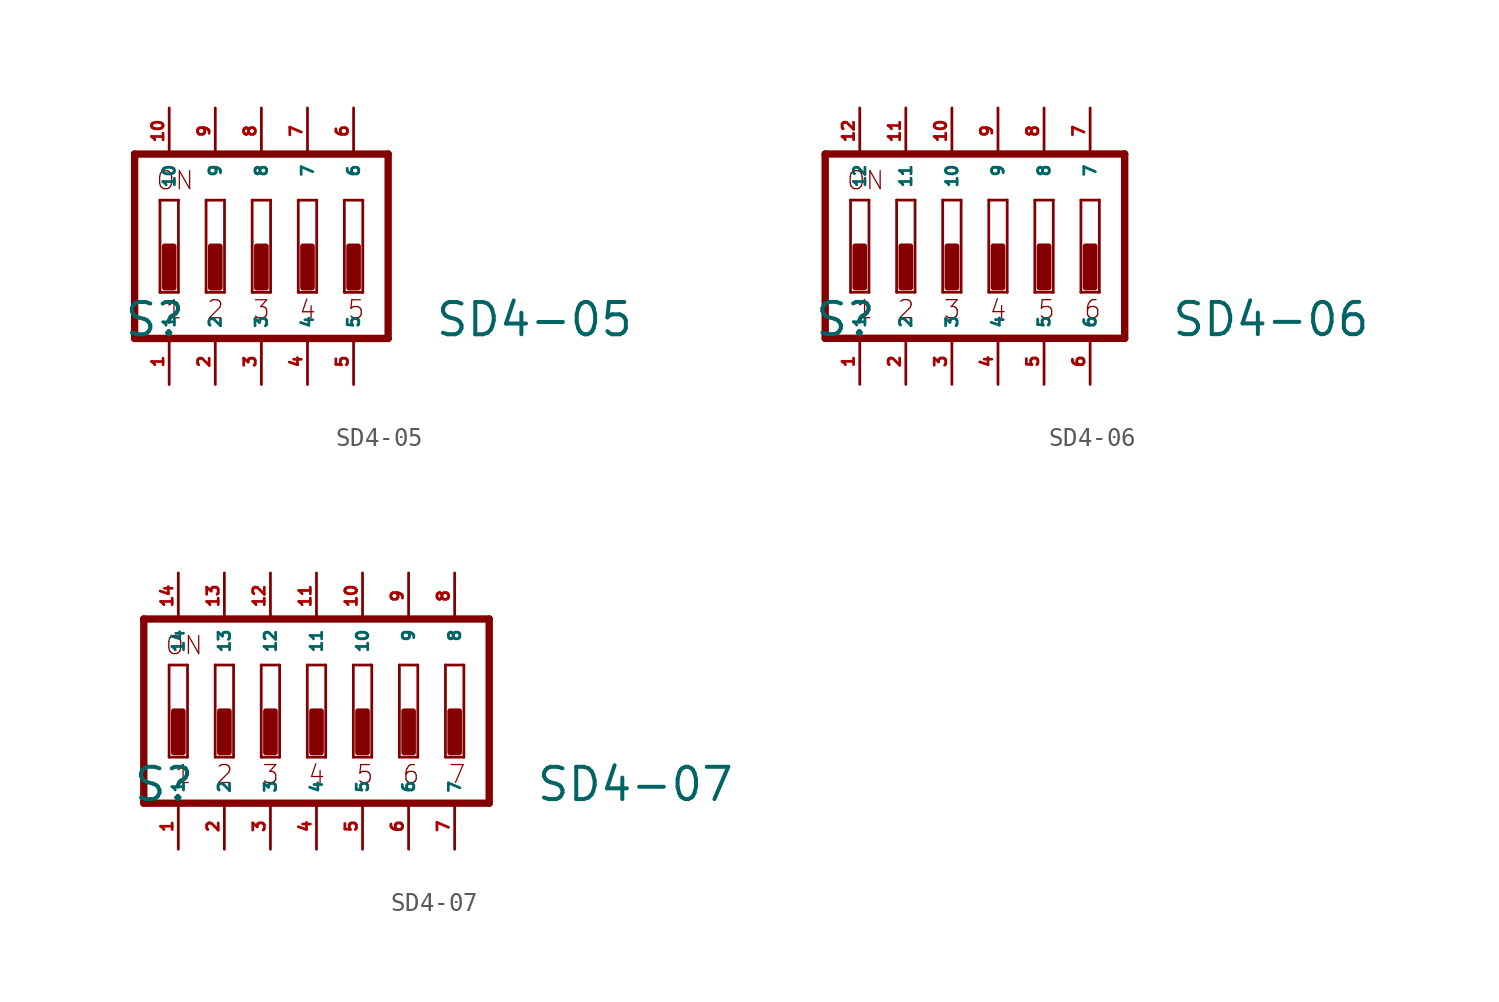
<source format=kicad_sym>
(kicad_symbol_lib
  (version 20220914)
  (generator Eagle2Kicad)
  (symbol "SD4-05"
    (property "Reference" "S"
      (at -7.62 -5.08 0)
      (effects (font (size 1.778 1.778) (thickness 0.22)) (justify left bottom)))
    (property "Value" "SD4-05"
      (at 9.525 -5.08 0)
      (effects (font (size 1.778 1.778) (thickness 0.22)) (justify left bottom)))
    (polyline
      (pts (xy 6.985 5.08) (xy -6.985 5.08))
      (stroke (width 0.406) (type default))
      (fill (type none)))
    (polyline
      (pts (xy -6.985 5.08) (xy -6.985 -5.08))
      (stroke (width 0.406) (type default))
      (fill (type none)))
    (polyline
      (pts (xy -6.985 -5.08) (xy 6.985 -5.08))
      (stroke (width 0.406) (type default))
      (fill (type none)))
    (polyline
      (pts (xy 6.985 -5.08) (xy 6.985 5.08))
      (stroke (width 0.406) (type default))
      (fill (type none)))
    (polyline
      (pts (xy -4.572 -2.54) (xy -5.588 -2.54))
      (stroke (width 0.152) (type default))
      (fill (type none)))
    (polyline
      (pts (xy -5.588 2.54) (xy -4.572 2.54))
      (stroke (width 0.152) (type default))
      (fill (type none)))
    (polyline
      (pts (xy -4.572 2.54) (xy -4.572 -2.54))
      (stroke (width 0.152) (type default))
      (fill (type none)))
    (polyline
      (pts (xy -5.588 -2.54) (xy -5.588 2.54))
      (stroke (width 0.152) (type default))
      (fill (type none)))
    (polyline
      (pts (xy -2.032 -2.54) (xy -3.048 -2.54))
      (stroke (width 0.152) (type default))
      (fill (type none)))
    (polyline
      (pts (xy -3.048 2.54) (xy -2.032 2.54))
      (stroke (width 0.152) (type default))
      (fill (type none)))
    (polyline
      (pts (xy -2.032 2.54) (xy -2.032 -2.54))
      (stroke (width 0.152) (type default))
      (fill (type none)))
    (polyline
      (pts (xy -3.048 -2.54) (xy -3.048 2.54))
      (stroke (width 0.152) (type default))
      (fill (type none)))
    (polyline
      (pts (xy 0.508 -2.54) (xy -0.508 -2.54))
      (stroke (width 0.152) (type default))
      (fill (type none)))
    (polyline
      (pts (xy -0.508 2.54) (xy 0.508 2.54))
      (stroke (width 0.152) (type default))
      (fill (type none)))
    (polyline
      (pts (xy 0.508 2.54) (xy 0.508 -2.54))
      (stroke (width 0.152) (type default))
      (fill (type none)))
    (polyline
      (pts (xy -0.508 -2.54) (xy -0.508 2.54))
      (stroke (width 0.152) (type default))
      (fill (type none)))
    (polyline
      (pts (xy 3.048 -2.54) (xy 2.032 -2.54))
      (stroke (width 0.152) (type default))
      (fill (type none)))
    (polyline
      (pts (xy 2.032 2.54) (xy 3.048 2.54))
      (stroke (width 0.152) (type default))
      (fill (type none)))
    (polyline
      (pts (xy 3.048 2.54) (xy 3.048 -2.54))
      (stroke (width 0.152) (type default))
      (fill (type none)))
    (polyline
      (pts (xy 2.032 -2.54) (xy 2.032 2.54))
      (stroke (width 0.152) (type default))
      (fill (type none)))
    (polyline
      (pts (xy 5.588 -2.54) (xy 4.572 -2.54))
      (stroke (width 0.152) (type default))
      (fill (type none)))
    (polyline
      (pts (xy 4.572 2.54) (xy 5.588 2.54))
      (stroke (width 0.152) (type default))
      (fill (type none)))
    (polyline
      (pts (xy 5.588 2.54) (xy 5.588 -2.54))
      (stroke (width 0.152) (type default))
      (fill (type none)))
    (polyline
      (pts (xy 4.572 -2.54) (xy 4.572 2.54))
      (stroke (width 0.152) (type default))
      (fill (type none)))
    (text "1"
      (at -5.334 -4.064 0)
      (effects (font (size 0.991 0.991) (thickness 0.07)) (justify left bottom)))
    (text "2"
      (at -3.048 -4.064 0)
      (effects (font (size 0.991 0.991) (thickness 0.07)) (justify left bottom)))
    (text "3"
      (at -0.508 -4.064 0)
      (effects (font (size 0.991 0.991) (thickness 0.07)) (justify left bottom)))
    (text "4"
      (at 2.032 -4.064 0)
      (effects (font (size 0.991 0.991) (thickness 0.07)) (justify left bottom)))
    (text "5"
      (at 4.699 -4.064 0)
      (effects (font (size 0.991 0.991) (thickness 0.07)) (justify left bottom)))
    (text "ON"
      (at -5.842 3.048 0)
      (effects (font (size 0.991 0.991) (thickness 0.07)) (justify left bottom)))
    (rectangle
      (start -5.334 -2.286)
      (end -4.826 0)
      (stroke (width 0.3) (type default))
      (fill (type outline)))
    (rectangle
      (start -2.794 -2.286)
      (end -2.286 0)
      (stroke (width 0.3) (type default))
      (fill (type outline)))
    (rectangle
      (start -0.254 -2.286)
      (end 0.254 0)
      (stroke (width 0.3) (type default))
      (fill (type outline)))
    (rectangle
      (start 2.286 -2.286)
      (end 2.794 0)
      (stroke (width 0.3) (type default))
      (fill (type outline)))
    (rectangle
      (start 4.826 -2.286)
      (end 5.334 0)
      (stroke (width 0.3) (type default))
      (fill (type outline)))
    (pin passive line
      (at 5.08 7.62 270)
      (length 2.54)
      (name "6" (effects (font (size 0.635 0.635) (thickness 0.08)) (justify left bottom)))
      (number "6" (effects (font (size 0.635 0.635) (thickness 0.08)) (justify left bottom))))
    (pin passive line
      (at 2.54 7.62 270)
      (length 2.54)
      (name "7" (effects (font (size 0.635 0.635) (thickness 0.08)) (justify left bottom)))
      (number "7" (effects (font (size 0.635 0.635) (thickness 0.08)) (justify left bottom))))
    (pin passive line
      (at 0 7.62 270)
      (length 2.54)
      (name "8" (effects (font (size 0.635 0.635) (thickness 0.08)) (justify left bottom)))
      (number "8" (effects (font (size 0.635 0.635) (thickness 0.08)) (justify left bottom))))
    (pin passive line
      (at -2.54 7.62 270)
      (length 2.54)
      (name "9" (effects (font (size 0.635 0.635) (thickness 0.08)) (justify left bottom)))
      (number "9" (effects (font (size 0.635 0.635) (thickness 0.08)) (justify left bottom))))
    (pin passive line
      (at -5.08 7.62 270)
      (length 2.54)
      (name "10" (effects (font (size 0.635 0.635) (thickness 0.08)) (justify left bottom)))
      (number "10" (effects (font (size 0.635 0.635) (thickness 0.08)) (justify left bottom))))
    (pin passive line
      (at -5.08 -7.62 90)
      (length 2.54)
      (name "1" (effects (font (size 0.635 0.635) (thickness 0.08)) (justify left bottom)))
      (number "1" (effects (font (size 0.635 0.635) (thickness 0.08)) (justify left bottom))))
    (pin passive line
      (at -2.54 -7.62 90)
      (length 2.54)
      (name "2" (effects (font (size 0.635 0.635) (thickness 0.08)) (justify left bottom)))
      (number "2" (effects (font (size 0.635 0.635) (thickness 0.08)) (justify left bottom))))
    (pin passive line
      (at 0 -7.62 90)
      (length 2.54)
      (name "3" (effects (font (size 0.635 0.635) (thickness 0.08)) (justify left bottom)))
      (number "3" (effects (font (size 0.635 0.635) (thickness 0.08)) (justify left bottom))))
    (pin passive line
      (at 2.54 -7.62 90)
      (length 2.54)
      (name "4" (effects (font (size 0.635 0.635) (thickness 0.08)) (justify left bottom)))
      (number "4" (effects (font (size 0.635 0.635) (thickness 0.08)) (justify left bottom))))
    (pin passive line
      (at 5.08 -7.62 90)
      (length 2.54)
      (name "5" (effects (font (size 0.635 0.635) (thickness 0.08)) (justify left bottom)))
      (number "5" (effects (font (size 0.635 0.635) (thickness 0.08)) (justify left bottom)))))
  (symbol "SD4-06"
    (property "Reference" "S"
      (at -10.16 -5.08 0)
      (effects (font (size 1.778 1.778) (thickness 0.22)) (justify left bottom)))
    (property "Value" "SD4-06"
      (at 9.525 -5.08 0)
      (effects (font (size 1.778 1.778) (thickness 0.22)) (justify left bottom)))
    (polyline
      (pts (xy 6.985 5.08) (xy -9.525 5.08))
      (stroke (width 0.406) (type default))
      (fill (type none)))
    (polyline
      (pts (xy -9.525 5.08) (xy -9.525 -5.08))
      (stroke (width 0.406) (type default))
      (fill (type none)))
    (polyline
      (pts (xy -9.525 -5.08) (xy 6.985 -5.08))
      (stroke (width 0.406) (type default))
      (fill (type none)))
    (polyline
      (pts (xy 6.985 -5.08) (xy 6.985 5.08))
      (stroke (width 0.406) (type default))
      (fill (type none)))
    (polyline
      (pts (xy -7.112 -2.54) (xy -8.128 -2.54))
      (stroke (width 0.152) (type default))
      (fill (type none)))
    (polyline
      (pts (xy -8.128 2.54) (xy -7.112 2.54))
      (stroke (width 0.152) (type default))
      (fill (type none)))
    (polyline
      (pts (xy -7.112 2.54) (xy -7.112 -2.54))
      (stroke (width 0.152) (type default))
      (fill (type none)))
    (polyline
      (pts (xy -8.128 -2.54) (xy -8.128 2.54))
      (stroke (width 0.152) (type default))
      (fill (type none)))
    (polyline
      (pts (xy -4.572 -2.54) (xy -5.588 -2.54))
      (stroke (width 0.152) (type default))
      (fill (type none)))
    (polyline
      (pts (xy -5.588 2.54) (xy -4.572 2.54))
      (stroke (width 0.152) (type default))
      (fill (type none)))
    (polyline
      (pts (xy -4.572 2.54) (xy -4.572 -2.54))
      (stroke (width 0.152) (type default))
      (fill (type none)))
    (polyline
      (pts (xy -5.588 -2.54) (xy -5.588 2.54))
      (stroke (width 0.152) (type default))
      (fill (type none)))
    (polyline
      (pts (xy -2.032 -2.54) (xy -3.048 -2.54))
      (stroke (width 0.152) (type default))
      (fill (type none)))
    (polyline
      (pts (xy -3.048 2.54) (xy -2.032 2.54))
      (stroke (width 0.152) (type default))
      (fill (type none)))
    (polyline
      (pts (xy -2.032 2.54) (xy -2.032 -2.54))
      (stroke (width 0.152) (type default))
      (fill (type none)))
    (polyline
      (pts (xy -3.048 -2.54) (xy -3.048 2.54))
      (stroke (width 0.152) (type default))
      (fill (type none)))
    (polyline
      (pts (xy 0.508 -2.54) (xy -0.508 -2.54))
      (stroke (width 0.152) (type default))
      (fill (type none)))
    (polyline
      (pts (xy -0.508 2.54) (xy 0.508 2.54))
      (stroke (width 0.152) (type default))
      (fill (type none)))
    (polyline
      (pts (xy 0.508 2.54) (xy 0.508 -2.54))
      (stroke (width 0.152) (type default))
      (fill (type none)))
    (polyline
      (pts (xy -0.508 -2.54) (xy -0.508 2.54))
      (stroke (width 0.152) (type default))
      (fill (type none)))
    (polyline
      (pts (xy 3.048 -2.54) (xy 2.032 -2.54))
      (stroke (width 0.152) (type default))
      (fill (type none)))
    (polyline
      (pts (xy 2.032 2.54) (xy 3.048 2.54))
      (stroke (width 0.152) (type default))
      (fill (type none)))
    (polyline
      (pts (xy 3.048 2.54) (xy 3.048 -2.54))
      (stroke (width 0.152) (type default))
      (fill (type none)))
    (polyline
      (pts (xy 2.032 -2.54) (xy 2.032 2.54))
      (stroke (width 0.152) (type default))
      (fill (type none)))
    (polyline
      (pts (xy 5.588 -2.54) (xy 4.572 -2.54))
      (stroke (width 0.152) (type default))
      (fill (type none)))
    (polyline
      (pts (xy 4.572 2.54) (xy 5.588 2.54))
      (stroke (width 0.152) (type default))
      (fill (type none)))
    (polyline
      (pts (xy 5.588 2.54) (xy 5.588 -2.54))
      (stroke (width 0.152) (type default))
      (fill (type none)))
    (polyline
      (pts (xy 4.572 -2.54) (xy 4.572 2.54))
      (stroke (width 0.152) (type default))
      (fill (type none)))
    (text "1"
      (at -7.874 -4.064 0)
      (effects (font (size 0.991 0.991) (thickness 0.07)) (justify left bottom)))
    (text "2"
      (at -5.588 -4.064 0)
      (effects (font (size 0.991 0.991) (thickness 0.07)) (justify left bottom)))
    (text "3"
      (at -3.048 -4.064 0)
      (effects (font (size 0.991 0.991) (thickness 0.07)) (justify left bottom)))
    (text "4"
      (at -0.508 -4.064 0)
      (effects (font (size 0.991 0.991) (thickness 0.07)) (justify left bottom)))
    (text "5"
      (at 2.159 -4.064 0)
      (effects (font (size 0.991 0.991) (thickness 0.07)) (justify left bottom)))
    (text "6"
      (at 4.699 -4.064 0)
      (effects (font (size 0.991 0.991) (thickness 0.07)) (justify left bottom)))
    (text "ON"
      (at -8.382 3.048 0)
      (effects (font (size 0.991 0.991) (thickness 0.07)) (justify left bottom)))
    (rectangle
      (start -7.874 -2.286)
      (end -7.366 0)
      (stroke (width 0.3) (type default))
      (fill (type outline)))
    (rectangle
      (start -5.334 -2.286)
      (end -4.826 0)
      (stroke (width 0.3) (type default))
      (fill (type outline)))
    (rectangle
      (start -2.794 -2.286)
      (end -2.286 0)
      (stroke (width 0.3) (type default))
      (fill (type outline)))
    (rectangle
      (start -0.254 -2.286)
      (end 0.254 0)
      (stroke (width 0.3) (type default))
      (fill (type outline)))
    (rectangle
      (start 2.286 -2.286)
      (end 2.794 0)
      (stroke (width 0.3) (type default))
      (fill (type outline)))
    (rectangle
      (start 4.826 -2.286)
      (end 5.334 0)
      (stroke (width 0.3) (type default))
      (fill (type outline)))
    (pin passive line
      (at 5.08 7.62 270)
      (length 2.54)
      (name "7" (effects (font (size 0.635 0.635) (thickness 0.08)) (justify left bottom)))
      (number "7" (effects (font (size 0.635 0.635) (thickness 0.08)) (justify left bottom))))
    (pin passive line
      (at 2.54 7.62 270)
      (length 2.54)
      (name "8" (effects (font (size 0.635 0.635) (thickness 0.08)) (justify left bottom)))
      (number "8" (effects (font (size 0.635 0.635) (thickness 0.08)) (justify left bottom))))
    (pin passive line
      (at 0 7.62 270)
      (length 2.54)
      (name "9" (effects (font (size 0.635 0.635) (thickness 0.08)) (justify left bottom)))
      (number "9" (effects (font (size 0.635 0.635) (thickness 0.08)) (justify left bottom))))
    (pin passive line
      (at -2.54 7.62 270)
      (length 2.54)
      (name "10" (effects (font (size 0.635 0.635) (thickness 0.08)) (justify left bottom)))
      (number "10" (effects (font (size 0.635 0.635) (thickness 0.08)) (justify left bottom))))
    (pin passive line
      (at -5.08 7.62 270)
      (length 2.54)
      (name "11" (effects (font (size 0.635 0.635) (thickness 0.08)) (justify left bottom)))
      (number "11" (effects (font (size 0.635 0.635) (thickness 0.08)) (justify left bottom))))
    (pin passive line
      (at -7.62 7.62 270)
      (length 2.54)
      (name "12" (effects (font (size 0.635 0.635) (thickness 0.08)) (justify left bottom)))
      (number "12" (effects (font (size 0.635 0.635) (thickness 0.08)) (justify left bottom))))
    (pin passive line
      (at -7.62 -7.62 90)
      (length 2.54)
      (name "1" (effects (font (size 0.635 0.635) (thickness 0.08)) (justify left bottom)))
      (number "1" (effects (font (size 0.635 0.635) (thickness 0.08)) (justify left bottom))))
    (pin passive line
      (at -5.08 -7.62 90)
      (length 2.54)
      (name "2" (effects (font (size 0.635 0.635) (thickness 0.08)) (justify left bottom)))
      (number "2" (effects (font (size 0.635 0.635) (thickness 0.08)) (justify left bottom))))
    (pin passive line
      (at -2.54 -7.62 90)
      (length 2.54)
      (name "3" (effects (font (size 0.635 0.635) (thickness 0.08)) (justify left bottom)))
      (number "3" (effects (font (size 0.635 0.635) (thickness 0.08)) (justify left bottom))))
    (pin passive line
      (at 0 -7.62 90)
      (length 2.54)
      (name "4" (effects (font (size 0.635 0.635) (thickness 0.08)) (justify left bottom)))
      (number "4" (effects (font (size 0.635 0.635) (thickness 0.08)) (justify left bottom))))
    (pin passive line
      (at 2.54 -7.62 90)
      (length 2.54)
      (name "5" (effects (font (size 0.635 0.635) (thickness 0.08)) (justify left bottom)))
      (number "5" (effects (font (size 0.635 0.635) (thickness 0.08)) (justify left bottom))))
    (pin passive line
      (at 5.08 -7.62 90)
      (length 2.54)
      (name "6" (effects (font (size 0.635 0.635) (thickness 0.08)) (justify left bottom)))
      (number "6" (effects (font (size 0.635 0.635) (thickness 0.08)) (justify left bottom)))))
  (symbol "SD4-07"
    (property "Reference" "S"
      (at -10.16 -5.08 0)
      (effects (font (size 1.778 1.778) (thickness 0.22)) (justify left bottom)))
    (property "Value" "SD4-07"
      (at 12.065 -5.08 0)
      (effects (font (size 1.778 1.778) (thickness 0.22)) (justify left bottom)))
    (polyline
      (pts (xy 9.525 5.08) (xy -9.525 5.08))
      (stroke (width 0.406) (type default))
      (fill (type none)))
    (polyline
      (pts (xy -9.525 5.08) (xy -9.525 -5.08))
      (stroke (width 0.406) (type default))
      (fill (type none)))
    (polyline
      (pts (xy -9.525 -5.08) (xy 9.525 -5.08))
      (stroke (width 0.406) (type default))
      (fill (type none)))
    (polyline
      (pts (xy 9.525 -5.08) (xy 9.525 5.08))
      (stroke (width 0.406) (type default))
      (fill (type none)))
    (polyline
      (pts (xy -7.112 -2.54) (xy -8.128 -2.54))
      (stroke (width 0.152) (type default))
      (fill (type none)))
    (polyline
      (pts (xy -8.128 2.54) (xy -7.112 2.54))
      (stroke (width 0.152) (type default))
      (fill (type none)))
    (polyline
      (pts (xy -7.112 2.54) (xy -7.112 -2.54))
      (stroke (width 0.152) (type default))
      (fill (type none)))
    (polyline
      (pts (xy -8.128 -2.54) (xy -8.128 2.54))
      (stroke (width 0.152) (type default))
      (fill (type none)))
    (polyline
      (pts (xy -4.572 -2.54) (xy -5.588 -2.54))
      (stroke (width 0.152) (type default))
      (fill (type none)))
    (polyline
      (pts (xy -5.588 2.54) (xy -4.572 2.54))
      (stroke (width 0.152) (type default))
      (fill (type none)))
    (polyline
      (pts (xy -4.572 2.54) (xy -4.572 -2.54))
      (stroke (width 0.152) (type default))
      (fill (type none)))
    (polyline
      (pts (xy -5.588 -2.54) (xy -5.588 2.54))
      (stroke (width 0.152) (type default))
      (fill (type none)))
    (polyline
      (pts (xy -2.032 -2.54) (xy -3.048 -2.54))
      (stroke (width 0.152) (type default))
      (fill (type none)))
    (polyline
      (pts (xy -3.048 2.54) (xy -2.032 2.54))
      (stroke (width 0.152) (type default))
      (fill (type none)))
    (polyline
      (pts (xy -2.032 2.54) (xy -2.032 -2.54))
      (stroke (width 0.152) (type default))
      (fill (type none)))
    (polyline
      (pts (xy -3.048 -2.54) (xy -3.048 2.54))
      (stroke (width 0.152) (type default))
      (fill (type none)))
    (polyline
      (pts (xy 0.508 -2.54) (xy -0.508 -2.54))
      (stroke (width 0.152) (type default))
      (fill (type none)))
    (polyline
      (pts (xy -0.508 2.54) (xy 0.508 2.54))
      (stroke (width 0.152) (type default))
      (fill (type none)))
    (polyline
      (pts (xy 0.508 2.54) (xy 0.508 -2.54))
      (stroke (width 0.152) (type default))
      (fill (type none)))
    (polyline
      (pts (xy -0.508 -2.54) (xy -0.508 2.54))
      (stroke (width 0.152) (type default))
      (fill (type none)))
    (polyline
      (pts (xy 3.048 -2.54) (xy 2.032 -2.54))
      (stroke (width 0.152) (type default))
      (fill (type none)))
    (polyline
      (pts (xy 2.032 2.54) (xy 3.048 2.54))
      (stroke (width 0.152) (type default))
      (fill (type none)))
    (polyline
      (pts (xy 3.048 2.54) (xy 3.048 -2.54))
      (stroke (width 0.152) (type default))
      (fill (type none)))
    (polyline
      (pts (xy 2.032 -2.54) (xy 2.032 2.54))
      (stroke (width 0.152) (type default))
      (fill (type none)))
    (polyline
      (pts (xy 5.588 -2.54) (xy 4.572 -2.54))
      (stroke (width 0.152) (type default))
      (fill (type none)))
    (polyline
      (pts (xy 4.572 2.54) (xy 5.588 2.54))
      (stroke (width 0.152) (type default))
      (fill (type none)))
    (polyline
      (pts (xy 5.588 2.54) (xy 5.588 -2.54))
      (stroke (width 0.152) (type default))
      (fill (type none)))
    (polyline
      (pts (xy 4.572 -2.54) (xy 4.572 2.54))
      (stroke (width 0.152) (type default))
      (fill (type none)))
    (polyline
      (pts (xy 8.128 -2.54) (xy 7.112 -2.54))
      (stroke (width 0.152) (type default))
      (fill (type none)))
    (polyline
      (pts (xy 7.112 2.54) (xy 8.128 2.54))
      (stroke (width 0.152) (type default))
      (fill (type none)))
    (polyline
      (pts (xy 8.128 2.54) (xy 8.128 -2.54))
      (stroke (width 0.152) (type default))
      (fill (type none)))
    (polyline
      (pts (xy 7.112 -2.54) (xy 7.112 2.54))
      (stroke (width 0.152) (type default))
      (fill (type none)))
    (text "1"
      (at -7.874 -4.064 0)
      (effects (font (size 0.991 0.991) (thickness 0.07)) (justify left bottom)))
    (text "2"
      (at -5.588 -4.064 0)
      (effects (font (size 0.991 0.991) (thickness 0.07)) (justify left bottom)))
    (text "3"
      (at -3.048 -4.064 0)
      (effects (font (size 0.991 0.991) (thickness 0.07)) (justify left bottom)))
    (text "4"
      (at -0.508 -4.064 0)
      (effects (font (size 0.991 0.991) (thickness 0.07)) (justify left bottom)))
    (text "5"
      (at 2.159 -4.064 0)
      (effects (font (size 0.991 0.991) (thickness 0.07)) (justify left bottom)))
    (text "6"
      (at 4.699 -4.064 0)
      (effects (font (size 0.991 0.991) (thickness 0.07)) (justify left bottom)))
    (text "7"
      (at 7.239 -4.064 0)
      (effects (font (size 0.991 0.991) (thickness 0.07)) (justify left bottom)))
    (text "ON"
      (at -8.382 3.048 0)
      (effects (font (size 0.991 0.991) (thickness 0.07)) (justify left bottom)))
    (rectangle
      (start -7.874 -2.286)
      (end -7.366 0)
      (stroke (width 0.3) (type default))
      (fill (type outline)))
    (rectangle
      (start -5.334 -2.286)
      (end -4.826 0)
      (stroke (width 0.3) (type default))
      (fill (type outline)))
    (rectangle
      (start -2.794 -2.286)
      (end -2.286 0)
      (stroke (width 0.3) (type default))
      (fill (type outline)))
    (rectangle
      (start -0.254 -2.286)
      (end 0.254 0)
      (stroke (width 0.3) (type default))
      (fill (type outline)))
    (rectangle
      (start 2.286 -2.286)
      (end 2.794 0)
      (stroke (width 0.3) (type default))
      (fill (type outline)))
    (rectangle
      (start 4.826 -2.286)
      (end 5.334 0)
      (stroke (width 0.3) (type default))
      (fill (type outline)))
    (rectangle
      (start 7.366 -2.286)
      (end 7.874 0)
      (stroke (width 0.3) (type default))
      (fill (type outline)))
    (pin passive line
      (at 7.62 7.62 270)
      (length 2.54)
      (name "8" (effects (font (size 0.635 0.635) (thickness 0.08)) (justify left bottom)))
      (number "8" (effects (font (size 0.635 0.635) (thickness 0.08)) (justify left bottom))))
    (pin passive line
      (at 5.08 7.62 270)
      (length 2.54)
      (name "9" (effects (font (size 0.635 0.635) (thickness 0.08)) (justify left bottom)))
      (number "9" (effects (font (size 0.635 0.635) (thickness 0.08)) (justify left bottom))))
    (pin passive line
      (at 2.54 7.62 270)
      (length 2.54)
      (name "10" (effects (font (size 0.635 0.635) (thickness 0.08)) (justify left bottom)))
      (number "10" (effects (font (size 0.635 0.635) (thickness 0.08)) (justify left bottom))))
    (pin passive line
      (at 0 7.62 270)
      (length 2.54)
      (name "11" (effects (font (size 0.635 0.635) (thickness 0.08)) (justify left bottom)))
      (number "11" (effects (font (size 0.635 0.635) (thickness 0.08)) (justify left bottom))))
    (pin passive line
      (at -2.54 7.62 270)
      (length 2.54)
      (name "12" (effects (font (size 0.635 0.635) (thickness 0.08)) (justify left bottom)))
      (number "12" (effects (font (size 0.635 0.635) (thickness 0.08)) (justify left bottom))))
    (pin passive line
      (at -5.08 7.62 270)
      (length 2.54)
      (name "13" (effects (font (size 0.635 0.635) (thickness 0.08)) (justify left bottom)))
      (number "13" (effects (font (size 0.635 0.635) (thickness 0.08)) (justify left bottom))))
    (pin passive line
      (at -7.62 7.62 270)
      (length 2.54)
      (name "14" (effects (font (size 0.635 0.635) (thickness 0.08)) (justify left bottom)))
      (number "14" (effects (font (size 0.635 0.635) (thickness 0.08)) (justify left bottom))))
    (pin passive line
      (at -7.62 -7.62 90)
      (length 2.54)
      (name "1" (effects (font (size 0.635 0.635) (thickness 0.08)) (justify left bottom)))
      (number "1" (effects (font (size 0.635 0.635) (thickness 0.08)) (justify left bottom))))
    (pin passive line
      (at -5.08 -7.62 90)
      (length 2.54)
      (name "2" (effects (font (size 0.635 0.635) (thickness 0.08)) (justify left bottom)))
      (number "2" (effects (font (size 0.635 0.635) (thickness 0.08)) (justify left bottom))))
    (pin passive line
      (at -2.54 -7.62 90)
      (length 2.54)
      (name "3" (effects (font (size 0.635 0.635) (thickness 0.08)) (justify left bottom)))
      (number "3" (effects (font (size 0.635 0.635) (thickness 0.08)) (justify left bottom))))
    (pin passive line
      (at 0 -7.62 90)
      (length 2.54)
      (name "4" (effects (font (size 0.635 0.635) (thickness 0.08)) (justify left bottom)))
      (number "4" (effects (font (size 0.635 0.635) (thickness 0.08)) (justify left bottom))))
    (pin passive line
      (at 2.54 -7.62 90)
      (length 2.54)
      (name "5" (effects (font (size 0.635 0.635) (thickness 0.08)) (justify left bottom)))
      (number "5" (effects (font (size 0.635 0.635) (thickness 0.08)) (justify left bottom))))
    (pin passive line
      (at 5.08 -7.62 90)
      (length 2.54)
      (name "6" (effects (font (size 0.635 0.635) (thickness 0.08)) (justify left bottom)))
      (number "6" (effects (font (size 0.635 0.635) (thickness 0.08)) (justify left bottom))))
    (pin passive line
      (at 7.62 -7.62 90)
      (length 2.54)
      (name "7" (effects (font (size 0.635 0.635) (thickness 0.08)) (justify left bottom)))
      (number "7" (effects (font (size 0.635 0.635) (thickness 0.08)) (justify left bottom))))))
</source>
